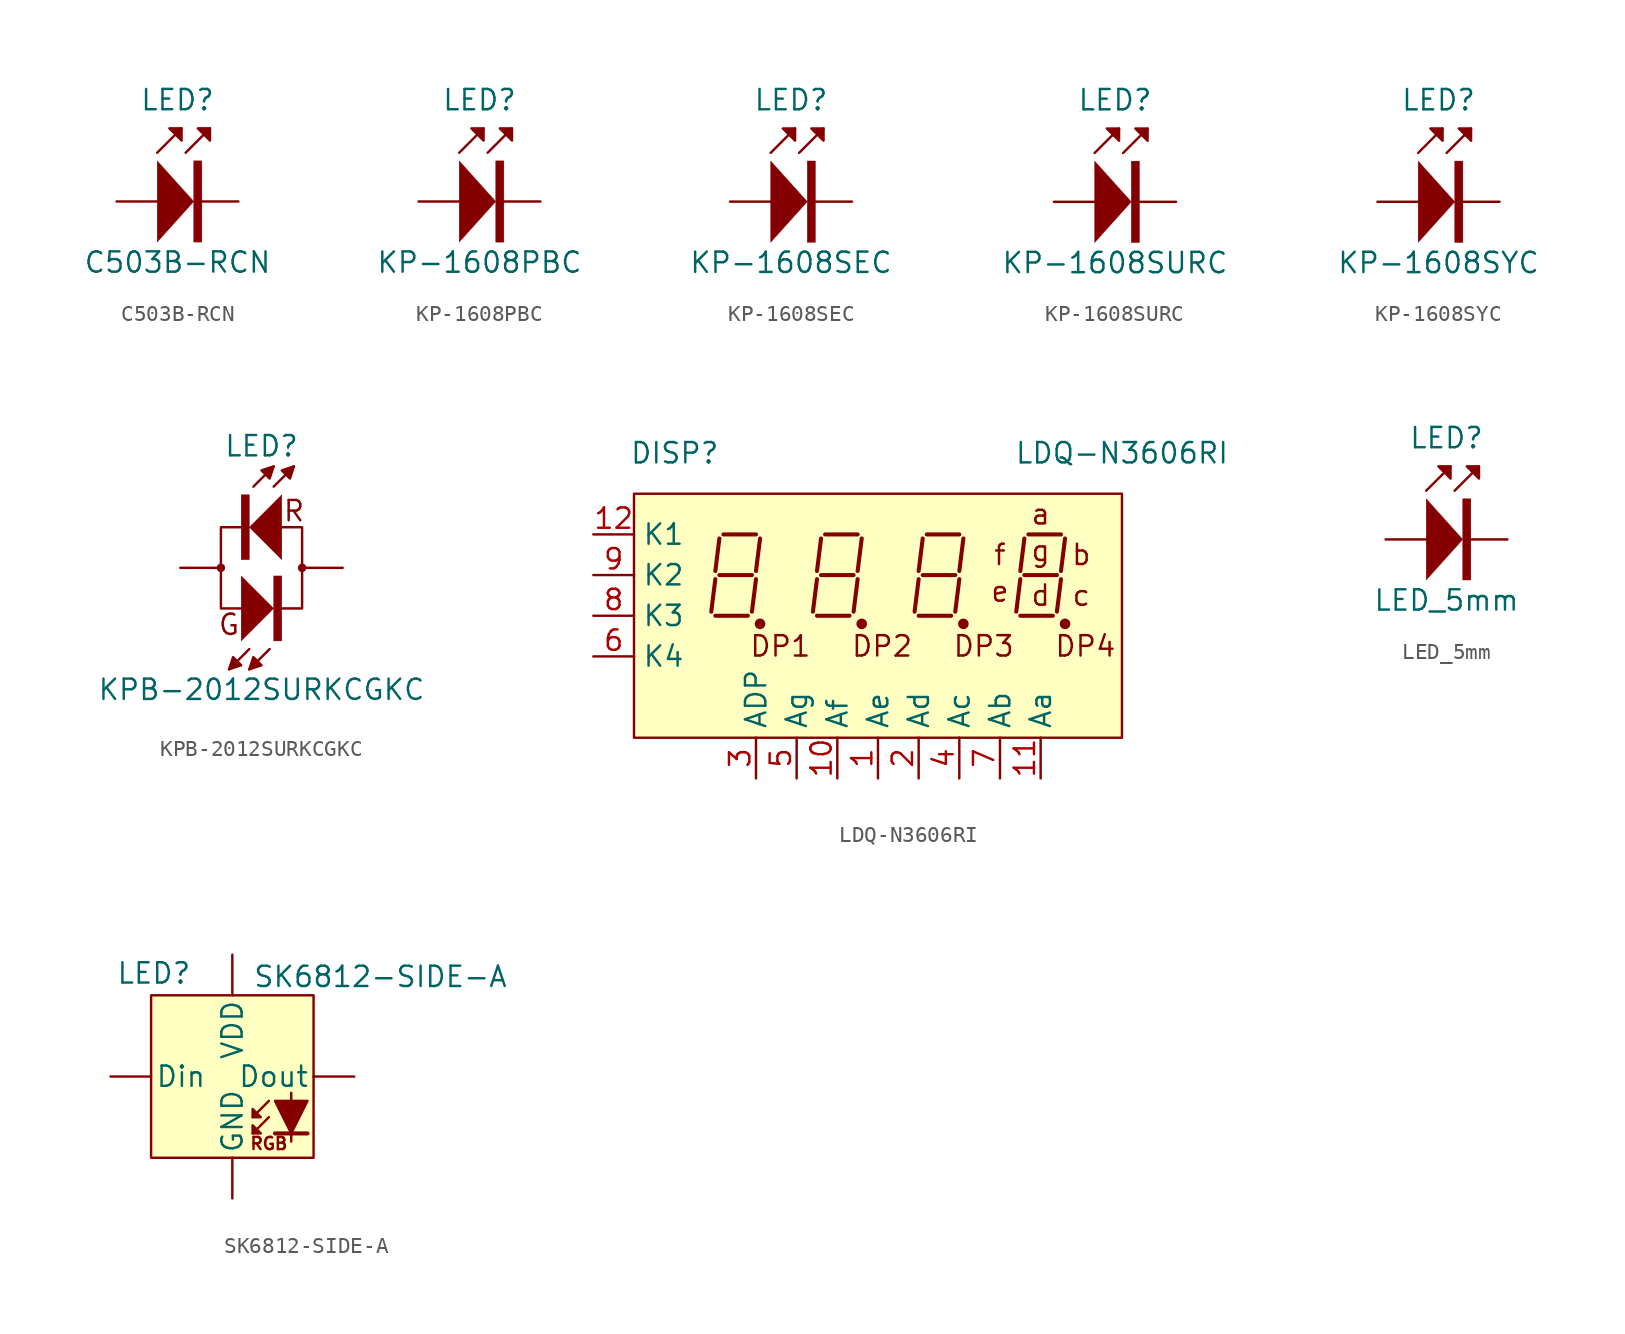
<source format=kicad_sym>
(kicad_symbol_lib
  (version 20211014)
  (generator kicad_symbol_editor)
  (symbol "C503B-RCN"
    (pin_numbers hide)
    (pin_names
      (offset 0) hide)
    (property "Reference" "LED"
      (at 1.27 6.35 0)
      (effects (font (size 1.27 1.27))))
    (property "Value" "C503B-RCN"
      (at 1.27 -3.81 0)
      (effects (font (size 1.27 1.27))))
    (symbol "C503B-RCN_0_1"
      (polyline (pts (xy 0 2.54) (xy 0 -2.54) (xy 2.286 0) (xy 0 2.54)) (stroke (width 0.025) (type default) (color 0 0 0 0)) (fill (type outline)))
      (rectangle (start 2.286 2.54) (end 2.794 -2.54) (stroke (width 0.025) (type default) (color 0 0 0 0)) (fill (type outline))))
    (symbol "C503B-RCN_1_1"
      (polyline (pts (xy 0 3.048) (xy 1.524 4.572)) (stroke (width 0.152) (type default) (color 0 0 0 0)) (fill (type none)))
      (polyline (pts (xy 1.778 3.048) (xy 3.302 4.572)) (stroke (width 0.152) (type default) (color 0 0 0 0)) (fill (type none)))
      (polyline (pts (xy 0.762 4.572) (xy 1.524 4.572) (xy 1.524 3.81) (xy 0.762 4.572)) (stroke (width 0.152) (type default) (color 0 0 0 0)) (fill (type outline)))
      (polyline (pts (xy 2.54 4.572) (xy 3.302 4.572) (xy 3.302 3.81) (xy 2.54 4.572)) (stroke (width 0.152) (type default) (color 0 0 0 0)) (fill (type outline)))
      (pin passive line (at 5.08 0 180) (length 2.54) (name "K" (effects (font (size 0.635 0.635)))) (number "1" (effects (font (size 0.635 0.635)))))
      (pin passive line (at -2.54 0 0) (length 2.54) (name "A" (effects (font (size 0.635 0.635)))) (number "2" (effects (font (size 0.635 0.635)))))))
  (symbol "KP-1608PBC"
    (pin_numbers hide)
    (pin_names
      (offset 0) hide)
    (property "Reference" "LED"
      (at 1.27 6.35 0)
      (effects (font (size 1.27 1.27))))
    (property "Value" "KP-1608PBC"
      (at 1.27 -3.81 0)
      (effects (font (size 1.27 1.27))))
    (symbol "KP-1608PBC_0_1"
      (polyline (pts (xy 0 2.54) (xy 0 -2.54) (xy 2.286 0) (xy 0 2.54)) (stroke (width 0.025) (type default) (color 0 0 0 0)) (fill (type outline)))
      (rectangle (start 2.286 2.54) (end 2.794 -2.54) (stroke (width 0.025) (type default) (color 0 0 0 0)) (fill (type outline))))
    (symbol "KP-1608PBC_1_1"
      (polyline (pts (xy 0 3.048) (xy 1.524 4.572)) (stroke (width 0.152) (type default) (color 0 0 0 0)) (fill (type none)))
      (polyline (pts (xy 1.778 3.048) (xy 3.302 4.572)) (stroke (width 0.152) (type default) (color 0 0 0 0)) (fill (type none)))
      (polyline (pts (xy 0.762 4.572) (xy 1.524 4.572) (xy 1.524 3.81) (xy 0.762 4.572)) (stroke (width 0.152) (type default) (color 0 0 0 0)) (fill (type outline)))
      (polyline (pts (xy 2.54 4.572) (xy 3.302 4.572) (xy 3.302 3.81) (xy 2.54 4.572)) (stroke (width 0.152) (type default) (color 0 0 0 0)) (fill (type outline)))
      (pin passive line (at 5.08 0 180) (length 2.54) (name "K" (effects (font (size 0.635 0.635)))) (number "1" (effects (font (size 0.635 0.635)))))
      (pin passive line (at -2.54 0 0) (length 2.54) (name "A" (effects (font (size 0.635 0.635)))) (number "2" (effects (font (size 0.635 0.635)))))))
  (symbol "KP-1608SEC"
    (pin_numbers hide)
    (pin_names
      (offset 0) hide)
    (property "Reference" "LED"
      (at 1.27 6.35 0)
      (effects (font (size 1.27 1.27))))
    (property "Value" "KP-1608SEC"
      (at 1.27 -3.81 0)
      (effects (font (size 1.27 1.27))))
    (symbol "KP-1608SEC_0_1"
      (polyline (pts (xy 0 2.54) (xy 0 -2.54) (xy 2.286 0) (xy 0 2.54)) (stroke (width 0.025) (type default) (color 0 0 0 0)) (fill (type outline)))
      (rectangle (start 2.286 2.54) (end 2.794 -2.54) (stroke (width 0.025) (type default) (color 0 0 0 0)) (fill (type outline))))
    (symbol "KP-1608SEC_1_1"
      (polyline (pts (xy 0 3.048) (xy 1.524 4.572)) (stroke (width 0.152) (type default) (color 0 0 0 0)) (fill (type none)))
      (polyline (pts (xy 1.778 3.048) (xy 3.302 4.572)) (stroke (width 0.152) (type default) (color 0 0 0 0)) (fill (type none)))
      (polyline (pts (xy 0.762 4.572) (xy 1.524 4.572) (xy 1.524 3.81) (xy 0.762 4.572)) (stroke (width 0.152) (type default) (color 0 0 0 0)) (fill (type outline)))
      (polyline (pts (xy 2.54 4.572) (xy 3.302 4.572) (xy 3.302 3.81) (xy 2.54 4.572)) (stroke (width 0.152) (type default) (color 0 0 0 0)) (fill (type outline)))
      (pin passive line (at 5.08 0 180) (length 2.54) (name "K" (effects (font (size 0.635 0.635)))) (number "1" (effects (font (size 0.635 0.635)))))
      (pin passive line (at -2.54 0 0) (length 2.54) (name "A" (effects (font (size 0.635 0.635)))) (number "2" (effects (font (size 0.635 0.635)))))))
  (symbol "KP-1608SURC"
    (pin_numbers hide)
    (pin_names
      (offset 0) hide)
    (property "Reference" "LED"
      (at 1.27 6.35 0)
      (effects (font (size 1.27 1.27))))
    (property "Value" "KP-1608SURC"
      (at 1.27 -3.81 0)
      (effects (font (size 1.27 1.27))))
    (symbol "KP-1608SURC_0_1"
      (polyline (pts (xy 0 2.54) (xy 0 -2.54) (xy 2.286 0) (xy 0 2.54)) (stroke (width 0.025) (type default) (color 0 0 0 0)) (fill (type outline)))
      (rectangle (start 2.286 2.54) (end 2.794 -2.54) (stroke (width 0.025) (type default) (color 0 0 0 0)) (fill (type outline))))
    (symbol "KP-1608SURC_1_1"
      (polyline (pts (xy 0 3.048) (xy 1.524 4.572)) (stroke (width 0.152) (type default) (color 0 0 0 0)) (fill (type none)))
      (polyline (pts (xy 1.778 3.048) (xy 3.302 4.572)) (stroke (width 0.152) (type default) (color 0 0 0 0)) (fill (type none)))
      (polyline (pts (xy 0.762 4.572) (xy 1.524 4.572) (xy 1.524 3.81) (xy 0.762 4.572)) (stroke (width 0.152) (type default) (color 0 0 0 0)) (fill (type outline)))
      (polyline (pts (xy 2.54 4.572) (xy 3.302 4.572) (xy 3.302 3.81) (xy 2.54 4.572)) (stroke (width 0.152) (type default) (color 0 0 0 0)) (fill (type outline)))
      (pin passive line (at 5.08 0 180) (length 2.54) (name "K" (effects (font (size 0.635 0.635)))) (number "1" (effects (font (size 0.635 0.635)))))
      (pin passive line (at -2.54 0 0) (length 2.54) (name "A" (effects (font (size 0.635 0.635)))) (number "2" (effects (font (size 0.635 0.635)))))))
  (symbol "KP-1608SYC"
    (pin_numbers hide)
    (pin_names
      (offset 0) hide)
    (property "Reference" "LED"
      (at 1.27 6.35 0)
      (effects (font (size 1.27 1.27))))
    (property "Value" "KP-1608SYC"
      (at 1.27 -3.81 0)
      (effects (font (size 1.27 1.27))))
    (symbol "KP-1608SYC_0_1"
      (polyline (pts (xy 0 2.54) (xy 0 -2.54) (xy 2.286 0) (xy 0 2.54)) (stroke (width 0.025) (type default) (color 0 0 0 0)) (fill (type outline)))
      (rectangle (start 2.286 2.54) (end 2.794 -2.54) (stroke (width 0.025) (type default) (color 0 0 0 0)) (fill (type outline))))
    (symbol "KP-1608SYC_1_1"
      (polyline (pts (xy 0 3.048) (xy 1.524 4.572)) (stroke (width 0.152) (type default) (color 0 0 0 0)) (fill (type none)))
      (polyline (pts (xy 1.778 3.048) (xy 3.302 4.572)) (stroke (width 0.152) (type default) (color 0 0 0 0)) (fill (type none)))
      (polyline (pts (xy 0.762 4.572) (xy 1.524 4.572) (xy 1.524 3.81) (xy 0.762 4.572)) (stroke (width 0.152) (type default) (color 0 0 0 0)) (fill (type outline)))
      (polyline (pts (xy 2.54 4.572) (xy 3.302 4.572) (xy 3.302 3.81) (xy 2.54 4.572)) (stroke (width 0.152) (type default) (color 0 0 0 0)) (fill (type outline)))
      (pin passive line (at 5.08 0 180) (length 2.54) (name "K" (effects (font (size 0.635 0.635)))) (number "1" (effects (font (size 0.635 0.635)))))
      (pin passive line (at -2.54 0 0) (length 2.54) (name "A" (effects (font (size 0.635 0.635)))) (number "2" (effects (font (size 0.635 0.635)))))))
  (symbol "KPB-2012SURKCGKC"
    (pin_numbers hide)
    (pin_names
      (offset 0) hide)
    (property "Reference" "LED"
      (at 0 7.62 0)
      (effects (font (size 1.27 1.27))))
    (property "Value" "KPB-2012SURKCGKC"
      (at 0 -7.62 0)
      (effects (font (size 1.27 1.27))))
    (symbol "KPB-2012SURKCGKC_0_0"
      (text "G" (at -2.032 -3.556 0) (effects (font (size 1.27 1.27))))
      (text "R" (at 2.032 3.556 0) (effects (font (size 1.27 1.27)))))
    (symbol "KPB-2012SURKCGKC_0_1"
      (circle (center -2.54 0) (radius 0.254) (stroke (width 0.025) (type default) (color 0 0 0 0)) (fill (type outline)))
      (rectangle (start -0.762 0.508) (end -1.27 4.572) (stroke (width 0.025) (type default) (color 0 0 0 0)) (fill (type outline)))
      (polyline (pts (xy 1.27 -2.54) (xy 2.54 -2.54) (xy 2.54 2.54) (xy 1.27 2.54)) (stroke (width 0.152) (type default) (color 0 0 0 0)) (fill (type none)))
      (polyline (pts (xy 1.27 4.572) (xy 1.27 0.508) (xy -0.762 2.54) (xy 1.27 4.572)) (stroke (width 0.025) (type default) (color 0 0 0 0)) (fill (type outline))))
    (symbol "KPB-2012SURKCGKC_1_1"
      (polyline (pts (xy -0.762 -5.08) (xy -2.032 -6.35)) (stroke (width 0.152) (type default) (color 0 0 0 0)) (fill (type none)))
      (polyline (pts (xy -0.508 5.08) (xy 0.762 6.35)) (stroke (width 0.152) (type default) (color 0 0 0 0)) (fill (type none)))
      (polyline (pts (xy 0.508 -5.08) (xy -0.762 -6.35)) (stroke (width 0.152) (type default) (color 0 0 0 0)) (fill (type none)))
      (polyline (pts (xy 0.762 5.08) (xy 2.032 6.35)) (stroke (width 0.152) (type default) (color 0 0 0 0)) (fill (type none)))
      (polyline (pts (xy -1.27 -6.096) (xy -2.032 -6.35) (xy -1.778 -5.588) (xy -1.27 -6.096)) (stroke (width 0.152) (type default) (color 0 0 0 0)) (fill (type outline)))
      (polyline (pts (xy -1.27 -4.572) (xy -1.27 -0.508) (xy 0.762 -2.54) (xy -1.27 -4.572)) (stroke (width 0.025) (type default) (color 0 0 0 0)) (fill (type outline)))
      (polyline (pts (xy -1.27 2.54) (xy -2.54 2.54) (xy -2.54 -2.54) (xy -1.27 -2.54)) (stroke (width 0.152) (type default) (color 0 0 0 0)) (fill (type none)))
      (polyline (pts (xy 0 -6.096) (xy -0.762 -6.35) (xy -0.508 -5.588) (xy 0 -6.096)) (stroke (width 0.152) (type default) (color 0 0 0 0)) (fill (type outline)))
      (polyline (pts (xy 0 6.096) (xy 0.762 6.35) (xy 0.508 5.588) (xy 0 6.096)) (stroke (width 0.152) (type default) (color 0 0 0 0)) (fill (type outline)))
      (polyline (pts (xy 1.27 6.096) (xy 2.032 6.35) (xy 1.778 5.588) (xy 1.27 6.096)) (stroke (width 0.152) (type default) (color 0 0 0 0)) (fill (type outline)))
      (rectangle (start 0.762 -0.508) (end 1.27 -4.572) (stroke (width 0.025) (type default) (color 0 0 0 0)) (fill (type outline)))
      (circle (center 2.54 0) (radius 0.254) (stroke (width 0.025) (type default) (color 0 0 0 0)) (fill (type outline)))
      (pin passive line (at -5.08 0 0) (length 2.54) (name "~" (effects (font (size 0.635 0.635)))) (number "1" (effects (font (size 0.635 0.635)))))
      (pin passive line (at 5.08 0 180) (length 2.54) (name "~" (effects (font (size 0.635 0.635)))) (number "2" (effects (font (size 0.635 0.635)))))))
  (symbol "LDQ-N3606RI"
    (property "Reference" "DISP"
      (at -12.7 10.16 0)
      (effects (font (size 1.27 1.27))))
    (property "Value" "LDQ-N3606RI"
      (at 15.24 10.16 0)
      (effects (font (size 1.27 1.27))))
    (symbol "LDQ-N3606RI_0_0"
      (rectangle (start -15.24 7.62) (end 15.24 -7.62) (stroke (width 0.152) (type default) (color 0 0 0 0)) (fill (type background)))
      (circle (center -7.366 -0.508) (radius 0.254) (stroke (width 0) (type default) (color 0 0 0 0)) (fill (type outline)))
      (circle (center -1.016 -0.508) (radius 0.254) (stroke (width 0) (type default) (color 0 0 0 0)) (fill (type outline)))
      (polyline (pts (xy -10.16 2.286) (xy -10.414 0.254)) (stroke (width 0.254) (type default) (color 0 0 0 0)) (fill (type none)))
      (polyline (pts (xy -10.16 2.794) (xy -9.906 4.826)) (stroke (width 0.254) (type default) (color 0 0 0 0)) (fill (type none)))
      (polyline (pts (xy -9.906 2.54) (xy -7.874 2.54)) (stroke (width 0.254) (type default) (color 0 0 0 0)) (fill (type none)))
      (polyline (pts (xy -9.652 5.08) (xy -7.62 5.08)) (stroke (width 0.254) (type default) (color 0 0 0 0)) (fill (type none)))
      (polyline (pts (xy -8.128 0) (xy -10.16 0)) (stroke (width 0.254) (type default) (color 0 0 0 0)) (fill (type none)))
      (polyline (pts (xy -7.62 2.286) (xy -7.874 0.254)) (stroke (width 0.254) (type default) (color 0 0 0 0)) (fill (type none)))
      (polyline (pts (xy -7.62 2.794) (xy -7.366 4.826)) (stroke (width 0.254) (type default) (color 0 0 0 0)) (fill (type none)))
      (polyline (pts (xy -3.81 2.286) (xy -4.064 0.254)) (stroke (width 0.254) (type default) (color 0 0 0 0)) (fill (type none)))
      (polyline (pts (xy -3.81 2.794) (xy -3.556 4.826)) (stroke (width 0.254) (type default) (color 0 0 0 0)) (fill (type none)))
      (polyline (pts (xy -3.556 2.54) (xy -1.524 2.54)) (stroke (width 0.254) (type default) (color 0 0 0 0)) (fill (type none)))
      (polyline (pts (xy -3.302 5.08) (xy -1.27 5.08)) (stroke (width 0.254) (type default) (color 0 0 0 0)) (fill (type none)))
      (polyline (pts (xy -1.778 0) (xy -3.81 0)) (stroke (width 0.254) (type default) (color 0 0 0 0)) (fill (type none)))
      (polyline (pts (xy -1.27 2.286) (xy -1.524 0.254)) (stroke (width 0.254) (type default) (color 0 0 0 0)) (fill (type none)))
      (polyline (pts (xy -1.27 2.794) (xy -1.016 4.826)) (stroke (width 0.254) (type default) (color 0 0 0 0)) (fill (type none)))
      (polyline (pts (xy 2.54 2.286) (xy 2.286 0.254)) (stroke (width 0.254) (type default) (color 0 0 0 0)) (fill (type none)))
      (polyline (pts (xy 2.54 2.794) (xy 2.794 4.826)) (stroke (width 0.254) (type default) (color 0 0 0 0)) (fill (type none)))
      (polyline (pts (xy 2.794 2.54) (xy 4.826 2.54)) (stroke (width 0.254) (type default) (color 0 0 0 0)) (fill (type none)))
      (polyline (pts (xy 3.048 5.08) (xy 5.08 5.08)) (stroke (width 0.254) (type default) (color 0 0 0 0)) (fill (type none)))
      (polyline (pts (xy 4.572 0) (xy 2.54 0)) (stroke (width 0.254) (type default) (color 0 0 0 0)) (fill (type none)))
      (polyline (pts (xy 5.08 2.286) (xy 4.826 0.254)) (stroke (width 0.254) (type default) (color 0 0 0 0)) (fill (type none)))
      (polyline (pts (xy 5.08 2.794) (xy 5.334 4.826)) (stroke (width 0.254) (type default) (color 0 0 0 0)) (fill (type none)))
      (polyline (pts (xy 8.89 2.286) (xy 8.636 0.254)) (stroke (width 0.254) (type default) (color 0 0 0 0)) (fill (type none)))
      (polyline (pts (xy 8.89 2.794) (xy 9.144 4.826)) (stroke (width 0.254) (type default) (color 0 0 0 0)) (fill (type none)))
      (polyline (pts (xy 9.144 2.54) (xy 11.176 2.54)) (stroke (width 0.254) (type default) (color 0 0 0 0)) (fill (type none)))
      (polyline (pts (xy 9.398 5.08) (xy 11.43 5.08)) (stroke (width 0.254) (type default) (color 0 0 0 0)) (fill (type none)))
      (polyline (pts (xy 10.922 0) (xy 8.89 0)) (stroke (width 0.254) (type default) (color 0 0 0 0)) (fill (type none)))
      (polyline (pts (xy 11.43 2.286) (xy 11.176 0.254)) (stroke (width 0.254) (type default) (color 0 0 0 0)) (fill (type none)))
      (polyline (pts (xy 11.43 2.794) (xy 11.684 4.826)) (stroke (width 0.254) (type default) (color 0 0 0 0)) (fill (type none)))
      (circle (center 5.334 -0.508) (radius 0.254) (stroke (width 0) (type default) (color 0 0 0 0)) (fill (type outline)))
      (circle (center 11.684 -0.508) (radius 0.254) (stroke (width 0) (type default) (color 0 0 0 0)) (fill (type outline)))
      (text "a" (at 10.16 6.35 0) (effects (font (size 1.27 1.27))))
      (text "b" (at 12.7 3.81 0) (effects (font (size 1.27 1.27))))
      (text "c" (at 12.7 1.27 0) (effects (font (size 1.27 1.27))))
      (text "d" (at 10.16 1.27 0) (effects (font (size 1.27 1.27))))
      (text "DP1" (at -6.096 -1.905 0) (effects (font (size 1.27 1.27))))
      (text "DP2" (at 0.254 -1.905 0) (effects (font (size 1.27 1.27))))
      (text "DP3" (at 6.604 -1.905 0) (effects (font (size 1.27 1.27))))
      (text "DP4" (at 12.954 -1.905 0) (effects (font (size 1.27 1.27))))
      (text "e" (at 7.62 1.524 0) (effects (font (size 1.27 1.27))))
      (text "f" (at 7.62 3.81 0) (effects (font (size 1.27 1.27))))
      (text "g" (at 10.16 4.064 0) (effects (font (size 1.27 1.27)))))
    (symbol "LDQ-N3606RI_1_1"
      (pin input line (at 0 -10.16 90) (length 2.54) (name "Ae" (effects (font (size 1.27 1.27)))) (number "1" (effects (font (size 1.27 1.27)))))
      (pin input line (at -2.54 -10.16 90) (length 2.54) (name "Af" (effects (font (size 1.27 1.27)))) (number "10" (effects (font (size 1.27 1.27)))))
      (pin input line (at 10.16 -10.16 90) (length 2.54) (name "Aa" (effects (font (size 1.27 1.27)))) (number "11" (effects (font (size 1.27 1.27)))))
      (pin input line (at -17.78 5.08 0) (length 2.54) (name "K1" (effects (font (size 1.27 1.27)))) (number "12" (effects (font (size 1.27 1.27)))))
      (pin input line (at 2.54 -10.16 90) (length 2.54) (name "Ad" (effects (font (size 1.27 1.27)))) (number "2" (effects (font (size 1.27 1.27)))))
      (pin input line (at -7.62 -10.16 90) (length 2.54) (name "ADP" (effects (font (size 1.27 1.27)))) (number "3" (effects (font (size 1.27 1.27)))))
      (pin input line (at 5.08 -10.16 90) (length 2.54) (name "Ac" (effects (font (size 1.27 1.27)))) (number "4" (effects (font (size 1.27 1.27)))))
      (pin input line (at -5.08 -10.16 90) (length 2.54) (name "Ag" (effects (font (size 1.27 1.27)))) (number "5" (effects (font (size 1.27 1.27)))))
      (pin input line (at -17.78 -2.54 0) (length 2.54) (name "K4" (effects (font (size 1.27 1.27)))) (number "6" (effects (font (size 1.27 1.27)))))
      (pin input line (at 7.62 -10.16 90) (length 2.54) (name "Ab" (effects (font (size 1.27 1.27)))) (number "7" (effects (font (size 1.27 1.27)))))
      (pin input line (at -17.78 0 0) (length 2.54) (name "K3" (effects (font (size 1.27 1.27)))) (number "8" (effects (font (size 1.27 1.27)))))
      (pin input line (at -17.78 2.54 0) (length 2.54) (name "K2" (effects (font (size 1.27 1.27)))) (number "9" (effects (font (size 1.27 1.27)))))))
  (symbol "LED_5mm"
    (pin_numbers hide)
    (pin_names
      (offset 0) hide)
    (property "Reference" "LED"
      (at 1.27 6.35 0)
      (effects (font (size 1.27 1.27))))
    (property "Value" "LED_5mm"
      (at 1.27 -3.81 0)
      (effects (font (size 1.27 1.27))))
    (symbol "LED_5mm_0_1"
      (polyline (pts (xy 0 2.54) (xy 0 -2.54) (xy 2.286 0) (xy 0 2.54)) (stroke (width 0.025) (type default) (color 0 0 0 0)) (fill (type outline)))
      (rectangle (start 2.286 2.54) (end 2.794 -2.54) (stroke (width 0.025) (type default) (color 0 0 0 0)) (fill (type outline))))
    (symbol "LED_5mm_1_1"
      (polyline (pts (xy 0 3.048) (xy 1.524 4.572)) (stroke (width 0.152) (type default) (color 0 0 0 0)) (fill (type none)))
      (polyline (pts (xy 1.778 3.048) (xy 3.302 4.572)) (stroke (width 0.152) (type default) (color 0 0 0 0)) (fill (type none)))
      (polyline (pts (xy 0.762 4.572) (xy 1.524 4.572) (xy 1.524 3.81) (xy 0.762 4.572)) (stroke (width 0.152) (type default) (color 0 0 0 0)) (fill (type outline)))
      (polyline (pts (xy 2.54 4.572) (xy 3.302 4.572) (xy 3.302 3.81) (xy 2.54 4.572)) (stroke (width 0.152) (type default) (color 0 0 0 0)) (fill (type outline)))
      (pin passive line (at 5.08 0 180) (length 2.54) (name "K" (effects (font (size 0.635 0.635)))) (number "1" (effects (font (size 0.635 0.635)))))
      (pin passive line (at -2.54 0 0) (length 2.54) (name "A" (effects (font (size 0.635 0.635)))) (number "2" (effects (font (size 0.635 0.635)))))))
  (symbol "SK6812-SIDE-A"
    (pin_numbers hide)
    (pin_names
      (offset 0.254))
    (property "Reference" "LED"
      (at -2.54 5.715 0)
      (effects (font (size 1.27 1.27)) (justify right bottom)))
    (property "Value" "SK6812-SIDE-A"
      (at 1.27 6.985 0)
      (effects (font (size 1.27 1.27)) (justify left top)))
    (symbol "SK6812-SIDE-A_0_0"
      (text "RGB" (at 2.286 -4.191 0) (effects (font (size 0.762 0.762)))))
    (symbol "SK6812-SIDE-A_0_1"
      (polyline (pts (xy 2.286 -2.54) (xy 1.27 -3.556)) (stroke (width 0.152) (type default) (color 0 0 0 0)) (fill (type none)))
      (polyline (pts (xy 2.286 -1.524) (xy 1.27 -2.54)) (stroke (width 0.152) (type default) (color 0 0 0 0)) (fill (type none)))
      (polyline (pts (xy 4.699 -3.556) (xy 2.667 -3.556)) (stroke (width 0.254) (type default) (color 0 0 0 0)) (fill (type none)))
      (polyline (pts (xy 3.683 -1.016) (xy 3.683 -3.556) (xy 3.683 -4.064)) (stroke (width 0) (type default) (color 0 0 0 0)) (fill (type none)))
      (polyline (pts (xy 1.778 -3.556) (xy 1.27 -3.556) (xy 1.27 -3.048) (xy 1.778 -3.556)) (stroke (width 0.152) (type default) (color 0 0 0 0)) (fill (type outline)))
      (polyline (pts (xy 1.778 -2.54) (xy 1.27 -2.54) (xy 1.27 -2.032) (xy 1.778 -2.54)) (stroke (width 0.152) (type default) (color 0 0 0 0)) (fill (type outline)))
      (polyline (pts (xy 4.699 -1.524) (xy 2.667 -1.524) (xy 3.683 -3.556) (xy 4.699 -1.524)) (stroke (width 0) (type default) (color 0 0 0 0)) (fill (type outline)))
      (rectangle (start 5.08 5.08) (end -5.08 -5.08) (stroke (width 0.152) (type default) (color 0 0 0 0)) (fill (type background))))
    (symbol "SK6812-SIDE-A_1_1"
      (pin input line (at -7.62 0 0) (length 2.54) (name "Din" (effects (font (size 1.27 1.27)))) (number "1" (effects (font (size 1.27 1.27)))))
      (pin power_in line (at 0 7.62 270) (length 2.54) (name "VDD" (effects (font (size 1.27 1.27)))) (number "2" (effects (font (size 1.27 1.27)))))
      (pin output line (at 7.62 0 180) (length 2.54) (name "Dout" (effects (font (size 1.27 1.27)))) (number "3" (effects (font (size 1.27 1.27)))))
      (pin power_in line (at 0 -7.62 90) (length 2.54) (name "GND" (effects (font (size 1.27 1.27)))) (number "4" (effects (font (size 1.27 1.27))))))))
</source>
